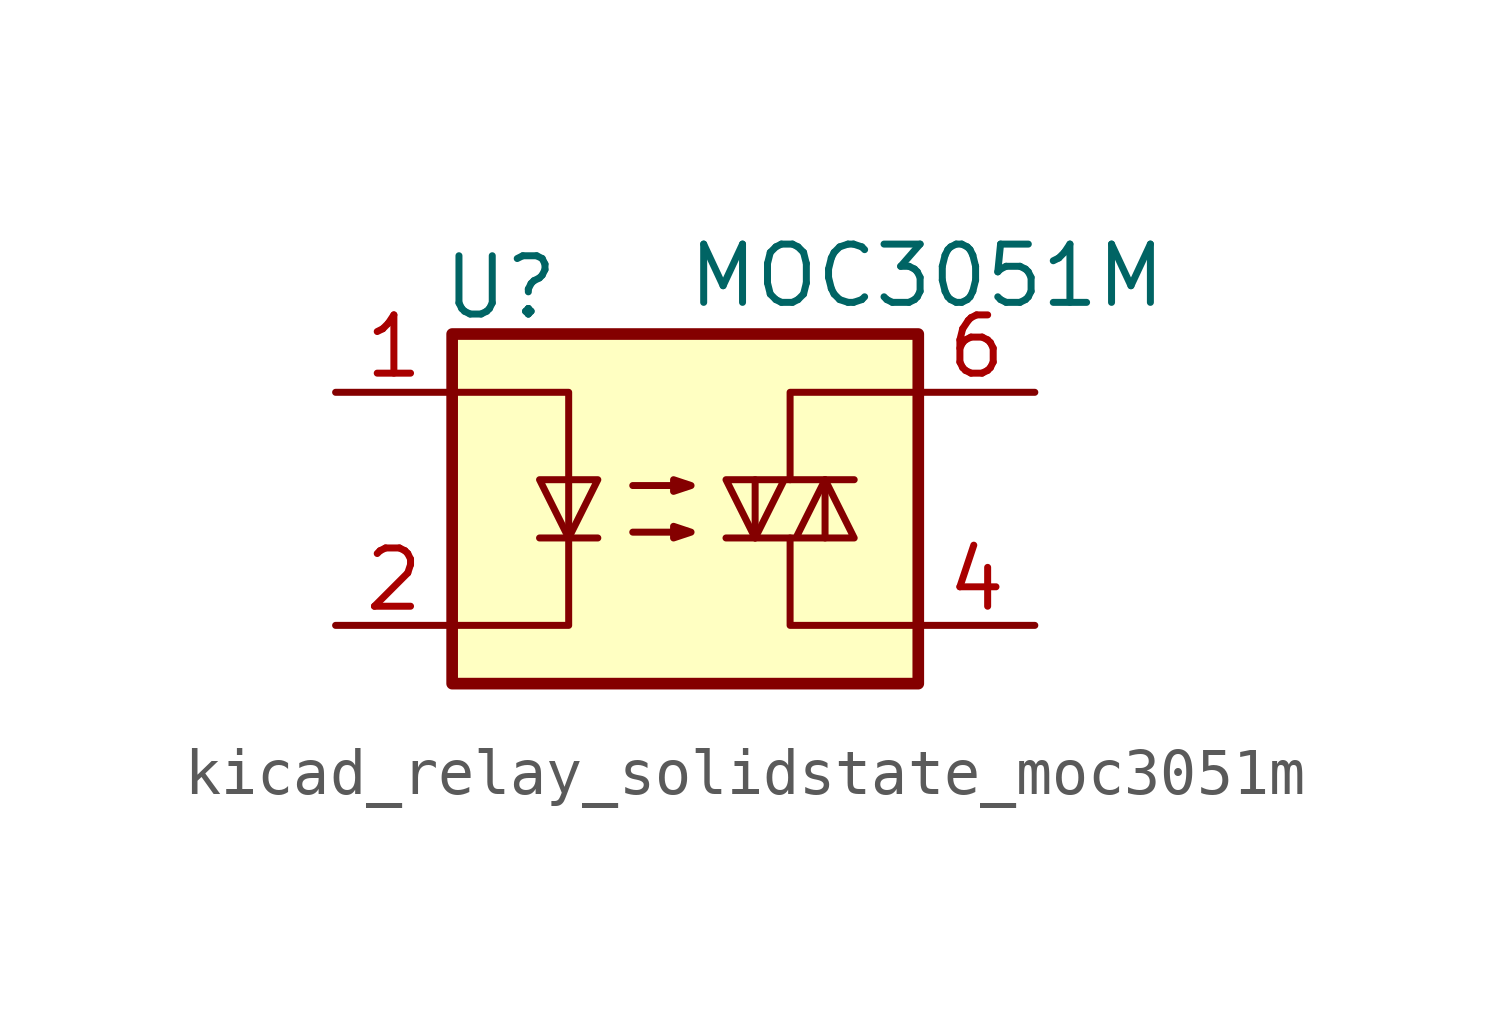
<source format=kicad_sym>
(kicad_symbol_lib
  (version 20220914)
  (generator kicad_symbol_editor)
  (symbol "kicad_relay_solidstate_moc3051m"
    (property "Reference" "U"
      (at -5.334 4.826 0)
      (effects (font (size 1.27 1.27)) (justify left)))
    (property "Value" "MOC3051M"
      (at 0 5.08 0)
      (effects (font (size 1.27 1.27)) (justify left)))
    (symbol "kicad_relay_solidstate_moc3051m_0_1"
      (rectangle (start -5.08 3.81) (end 5.08 -3.81) (stroke (width 0.254) (type default)) (fill (type background)))
      (polyline (pts (xy -3.175 -0.635) (xy -1.905 -0.635)) (stroke (width 0) (type default)) (fill (type none)))
      (polyline (pts (xy 1.524 -0.635) (xy 1.524 0.635)) (stroke (width 0) (type default)) (fill (type none)))
      (polyline (pts (xy 3.048 0.635) (xy 3.048 -0.635)) (stroke (width 0) (type default)) (fill (type none)))
      (polyline (pts (xy 2.286 -0.635) (xy 2.286 -2.54) (xy 5.08 -2.54)) (stroke (width 0) (type default)) (fill (type none)))
      (polyline (pts (xy 2.286 0.635) (xy 2.286 2.54) (xy 5.08 2.54)) (stroke (width 0) (type default)) (fill (type none)))
      (polyline (pts (xy -5.08 2.54) (xy -2.54 2.54) (xy -2.54 -2.54) (xy -5.08 -2.54)) (stroke (width 0) (type default)) (fill (type none)))
      (polyline (pts (xy -2.54 -0.635) (xy -3.175 0.635) (xy -1.905 0.635) (xy -2.54 -0.635)) (stroke (width 0) (type default)) (fill (type none)))
      (polyline (pts (xy 0.889 -0.635) (xy 3.683 -0.635) (xy 3.048 0.635) (xy 2.413 -0.635)) (stroke (width 0) (type default)) (fill (type none)))
      (polyline (pts (xy 3.683 0.635) (xy 0.889 0.635) (xy 1.524 -0.635) (xy 2.159 0.635)) (stroke (width 0) (type default)) (fill (type none)))
      (polyline (pts (xy -1.143 -0.508) (xy 0.127 -0.508) (xy -0.254 -0.635) (xy -0.254 -0.381) (xy 0.127 -0.508)) (stroke (width 0) (type default)) (fill (type none)))
      (polyline (pts (xy -1.143 0.508) (xy 0.127 0.508) (xy -0.254 0.381) (xy -0.254 0.635) (xy 0.127 0.508)) (stroke (width 0) (type default)) (fill (type none))))
    (symbol "kicad_relay_solidstate_moc3051m_1_1"
      (pin passive line (at -7.62 2.54 0) (length 2.54) (name "~" (effects (font (size 1.27 1.27)))) (number "1" (effects (font (size 1.27 1.27)))))
      (pin passive line (at -7.62 -2.54 0) (length 2.54) (name "~" (effects (font (size 1.27 1.27)))) (number "2" (effects (font (size 1.27 1.27)))))
      (pin no_connect line (at -5.08 0 0) (length 2.54) hide (name "NC" (effects (font (size 1.27 1.27)))) (number "3" (effects (font (size 1.27 1.27)))))
      (pin passive line (at 7.62 -2.54 180) (length 2.54) (name "~" (effects (font (size 1.27 1.27)))) (number "4" (effects (font (size 1.27 1.27)))))
      (pin no_connect line (at 5.08 0 180) (length 2.54) hide (name "NC" (effects (font (size 1.27 1.27)))) (number "5" (effects (font (size 1.27 1.27)))))
      (pin passive line (at 7.62 2.54 180) (length 2.54) (name "~" (effects (font (size 1.27 1.27)))) (number "6" (effects (font (size 1.27 1.27))))))))
</source>
